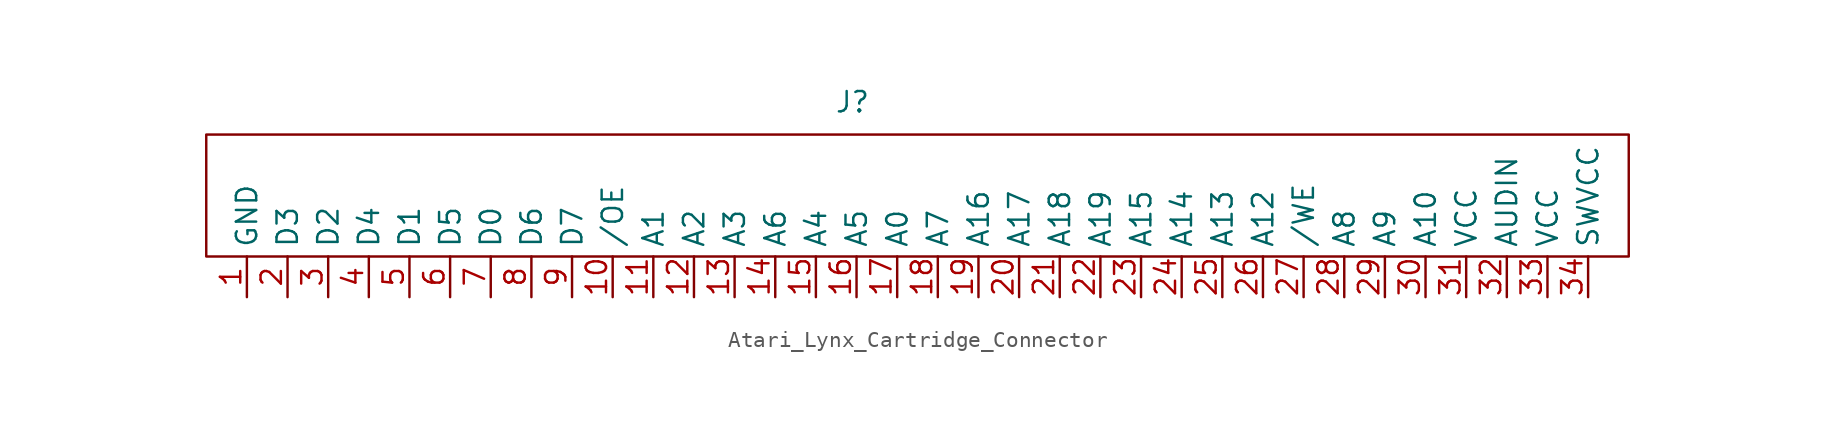
<source format=kicad_sym>
(kicad_symbol_lib
  (version 20231120)
  (generator "kicad_symbol_editor")
  (generator_version "8.0")
  (symbol "Atari_Lynx_Cartridge_Connector"
    (property "Reference" "J"
      (at 37.846 7.112 0)
      (effects (font (size 1.27 1.27))))
    (property "Value" ""
      (at 0 0 0)
      (effects (font (size 1.27 1.27))))
    (symbol "Atari_Lynx_Cartridge_Connector_0_1"
      (rectangle (start -2.54 5.08) (end 86.36 -2.54) (stroke (width 0) (type default)) (fill (type none))))
    (symbol "Atari_Lynx_Cartridge_Connector_1_1"
      (pin power_in line (at 0 -5.08 90) (length 2.54) (name "GND" (effects (font (size 1.27 1.27)))) (number "1" (effects (font (size 1.27 1.27)))))
      (pin input line (at 22.86 -5.08 90) (length 2.54) (name "/OE" (effects (font (size 1.27 1.27)))) (number "10" (effects (font (size 1.27 1.27)))))
      (pin input line (at 25.4 -5.08 90) (length 2.54) (name "A1" (effects (font (size 1.27 1.27)))) (number "11" (effects (font (size 1.27 1.27)))))
      (pin input line (at 27.94 -5.08 90) (length 2.54) (name "A2" (effects (font (size 1.27 1.27)))) (number "12" (effects (font (size 1.27 1.27)))))
      (pin input line (at 30.48 -5.08 90) (length 2.54) (name "A3" (effects (font (size 1.27 1.27)))) (number "13" (effects (font (size 1.27 1.27)))))
      (pin input line (at 33.02 -5.08 90) (length 2.54) (name "A6" (effects (font (size 1.27 1.27)))) (number "14" (effects (font (size 1.27 1.27)))))
      (pin input line (at 35.56 -5.08 90) (length 2.54) (name "A4" (effects (font (size 1.27 1.27)))) (number "15" (effects (font (size 1.27 1.27)))))
      (pin input line (at 38.1 -5.08 90) (length 2.54) (name "A5" (effects (font (size 1.27 1.27)))) (number "16" (effects (font (size 1.27 1.27)))))
      (pin input line (at 40.64 -5.08 90) (length 2.54) (name "A0" (effects (font (size 1.27 1.27)))) (number "17" (effects (font (size 1.27 1.27)))))
      (pin input line (at 43.18 -5.08 90) (length 2.54) (name "A7" (effects (font (size 1.27 1.27)))) (number "18" (effects (font (size 1.27 1.27)))))
      (pin input line (at 45.72 -5.08 90) (length 2.54) (name "A16" (effects (font (size 1.27 1.27)))) (number "19" (effects (font (size 1.27 1.27)))))
      (pin bidirectional line (at 2.54 -5.08 90) (length 2.54) (name "D3" (effects (font (size 1.27 1.27)))) (number "2" (effects (font (size 1.27 1.27)))))
      (pin input line (at 48.26 -5.08 90) (length 2.54) (name "A17" (effects (font (size 1.27 1.27)))) (number "20" (effects (font (size 1.27 1.27)))))
      (pin input line (at 50.8 -5.08 90) (length 2.54) (name "A18" (effects (font (size 1.27 1.27)))) (number "21" (effects (font (size 1.27 1.27)))))
      (pin input line (at 53.34 -5.08 90) (length 2.54) (name "A19" (effects (font (size 1.27 1.27)))) (number "22" (effects (font (size 1.27 1.27)))))
      (pin input line (at 55.88 -5.08 90) (length 2.54) (name "A15" (effects (font (size 1.27 1.27)))) (number "23" (effects (font (size 1.27 1.27)))))
      (pin input line (at 58.42 -5.08 90) (length 2.54) (name "A14" (effects (font (size 1.27 1.27)))) (number "24" (effects (font (size 1.27 1.27)))))
      (pin input line (at 60.96 -5.08 90) (length 2.54) (name "A13" (effects (font (size 1.27 1.27)))) (number "25" (effects (font (size 1.27 1.27)))))
      (pin input line (at 63.5 -5.08 90) (length 2.54) (name "A12" (effects (font (size 1.27 1.27)))) (number "26" (effects (font (size 1.27 1.27)))))
      (pin input line (at 66.04 -5.08 90) (length 2.54) (name "/WE" (effects (font (size 1.27 1.27)))) (number "27" (effects (font (size 1.27 1.27)))))
      (pin input line (at 68.58 -5.08 90) (length 2.54) (name "A8" (effects (font (size 1.27 1.27)))) (number "28" (effects (font (size 1.27 1.27)))))
      (pin input line (at 71.12 -5.08 90) (length 2.54) (name "A9" (effects (font (size 1.27 1.27)))) (number "29" (effects (font (size 1.27 1.27)))))
      (pin bidirectional line (at 5.08 -5.08 90) (length 2.54) (name "D2" (effects (font (size 1.27 1.27)))) (number "3" (effects (font (size 1.27 1.27)))))
      (pin input line (at 73.66 -5.08 90) (length 2.54) (name "A10" (effects (font (size 1.27 1.27)))) (number "30" (effects (font (size 1.27 1.27)))))
      (pin power_in line (at 76.2 -5.08 90) (length 2.54) (name "VCC" (effects (font (size 1.27 1.27)))) (number "31" (effects (font (size 1.27 1.27)))))
      (pin input line (at 78.74 -5.08 90) (length 2.54) (name "AUDIN" (effects (font (size 1.27 1.27)))) (number "32" (effects (font (size 1.27 1.27)))))
      (pin power_in line (at 81.28 -5.08 90) (length 2.54) (name "VCC" (effects (font (size 1.27 1.27)))) (number "33" (effects (font (size 1.27 1.27)))))
      (pin power_in line (at 83.82 -5.08 90) (length 2.54) (name "SWVCC" (effects (font (size 1.27 1.27)))) (number "34" (effects (font (size 1.27 1.27)))))
      (pin bidirectional line (at 7.62 -5.08 90) (length 2.54) (name "D4" (effects (font (size 1.27 1.27)))) (number "4" (effects (font (size 1.27 1.27)))))
      (pin bidirectional line (at 10.16 -5.08 90) (length 2.54) (name "D1" (effects (font (size 1.27 1.27)))) (number "5" (effects (font (size 1.27 1.27)))))
      (pin bidirectional line (at 12.7 -5.08 90) (length 2.54) (name "D5" (effects (font (size 1.27 1.27)))) (number "6" (effects (font (size 1.27 1.27)))))
      (pin bidirectional line (at 15.24 -5.08 90) (length 2.54) (name "D0" (effects (font (size 1.27 1.27)))) (number "7" (effects (font (size 1.27 1.27)))))
      (pin bidirectional line (at 17.78 -5.08 90) (length 2.54) (name "D6" (effects (font (size 1.27 1.27)))) (number "8" (effects (font (size 1.27 1.27)))))
      (pin bidirectional line (at 20.32 -5.08 90) (length 2.54) (name "D7" (effects (font (size 1.27 1.27)))) (number "9" (effects (font (size 1.27 1.27))))))))
</source>
